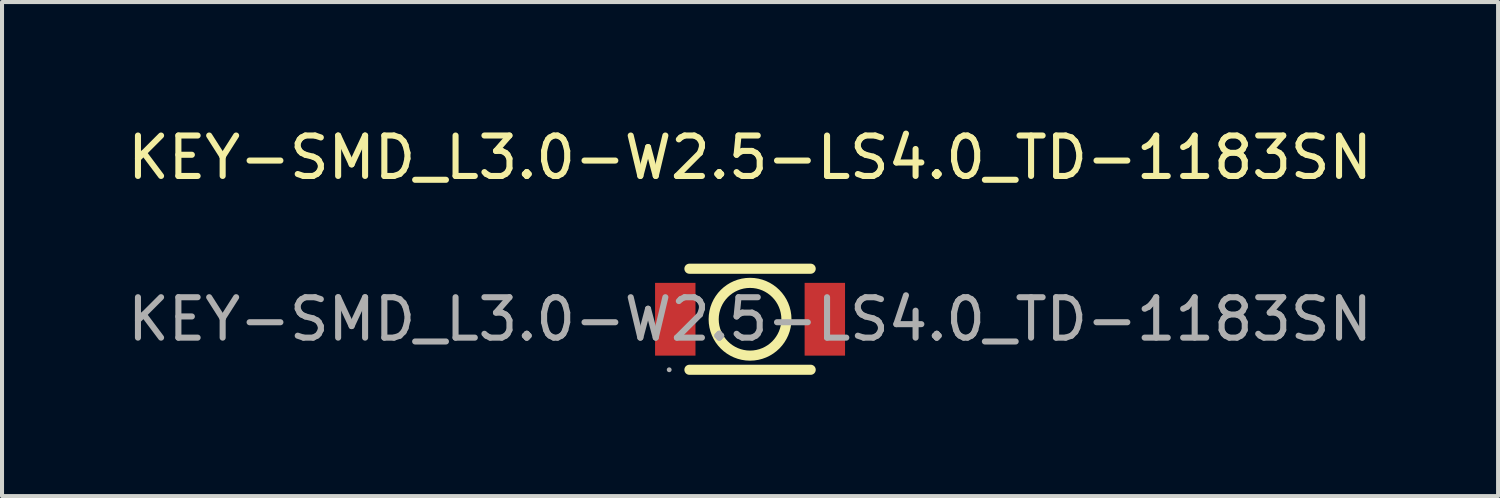
<source format=kicad_pcb>
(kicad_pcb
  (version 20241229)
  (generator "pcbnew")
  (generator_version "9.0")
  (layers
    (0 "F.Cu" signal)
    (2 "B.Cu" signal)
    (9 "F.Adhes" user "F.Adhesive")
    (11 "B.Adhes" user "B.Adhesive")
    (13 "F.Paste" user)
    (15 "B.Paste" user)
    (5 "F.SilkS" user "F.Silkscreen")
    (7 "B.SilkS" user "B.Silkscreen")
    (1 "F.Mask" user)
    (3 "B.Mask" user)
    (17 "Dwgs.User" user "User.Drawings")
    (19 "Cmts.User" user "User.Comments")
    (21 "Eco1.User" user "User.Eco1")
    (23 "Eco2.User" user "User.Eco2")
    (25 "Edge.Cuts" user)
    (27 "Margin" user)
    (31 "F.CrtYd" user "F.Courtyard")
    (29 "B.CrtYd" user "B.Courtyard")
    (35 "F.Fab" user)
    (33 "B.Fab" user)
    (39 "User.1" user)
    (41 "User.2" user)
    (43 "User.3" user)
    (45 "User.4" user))
  (footprint "KEY-SMD_L3.0-W2.5-LS4.0_TD-1183SN"
    (layer "F.Cu")
    (at 15.506 4.848)
    (property "Reference" "KEY-SMD_L3.0-W2.5-LS4.0_TD-1183SN" (at 0 -4 0) (layer "F.SilkS") (effects (font (size 1 1) (thickness 0.15))))
    (attr smd)
    (fp_line (start -1.5 -1.25) (end 1.5 -1.25) (stroke (width 0.25) (type solid)) (layer "F.SilkS"))
    (fp_line (start 1.5 1.25) (end -1.5 1.25) (stroke (width 0.25) (type solid)) (layer "F.SilkS"))
    (fp_circle (center 0 0) (end 0.9 0) (stroke (width 0.25) (type solid)) (fill no) (layer "F.SilkS"))
    (fp_circle (center -2 1.25) (end -1.97 1.25) (stroke (width 0.06) (type solid)) (fill no) (layer "F.Fab"))
    (fp_text user "${REFERENCE}" (at 0 0 0) (layer "F.Fab") (effects (font (size 1 1) (thickness 0.15))))
    (pad "1" smd rect (at -1.85 0 90) (size 1.8 1) (layers "F.Cu" "F.Mask" "F.Paste"))
    (pad "2" smd rect (at 1.85 0 90) (size 1.8 1) (layers "F.Cu" "F.Mask" "F.Paste")))
  (gr_rect
    (start -3 -3)
    (end 34.012 9.223)
    (stroke (width 0.1) (type default))
    (fill no)
    (layer "Edge.Cuts")))
</source>
